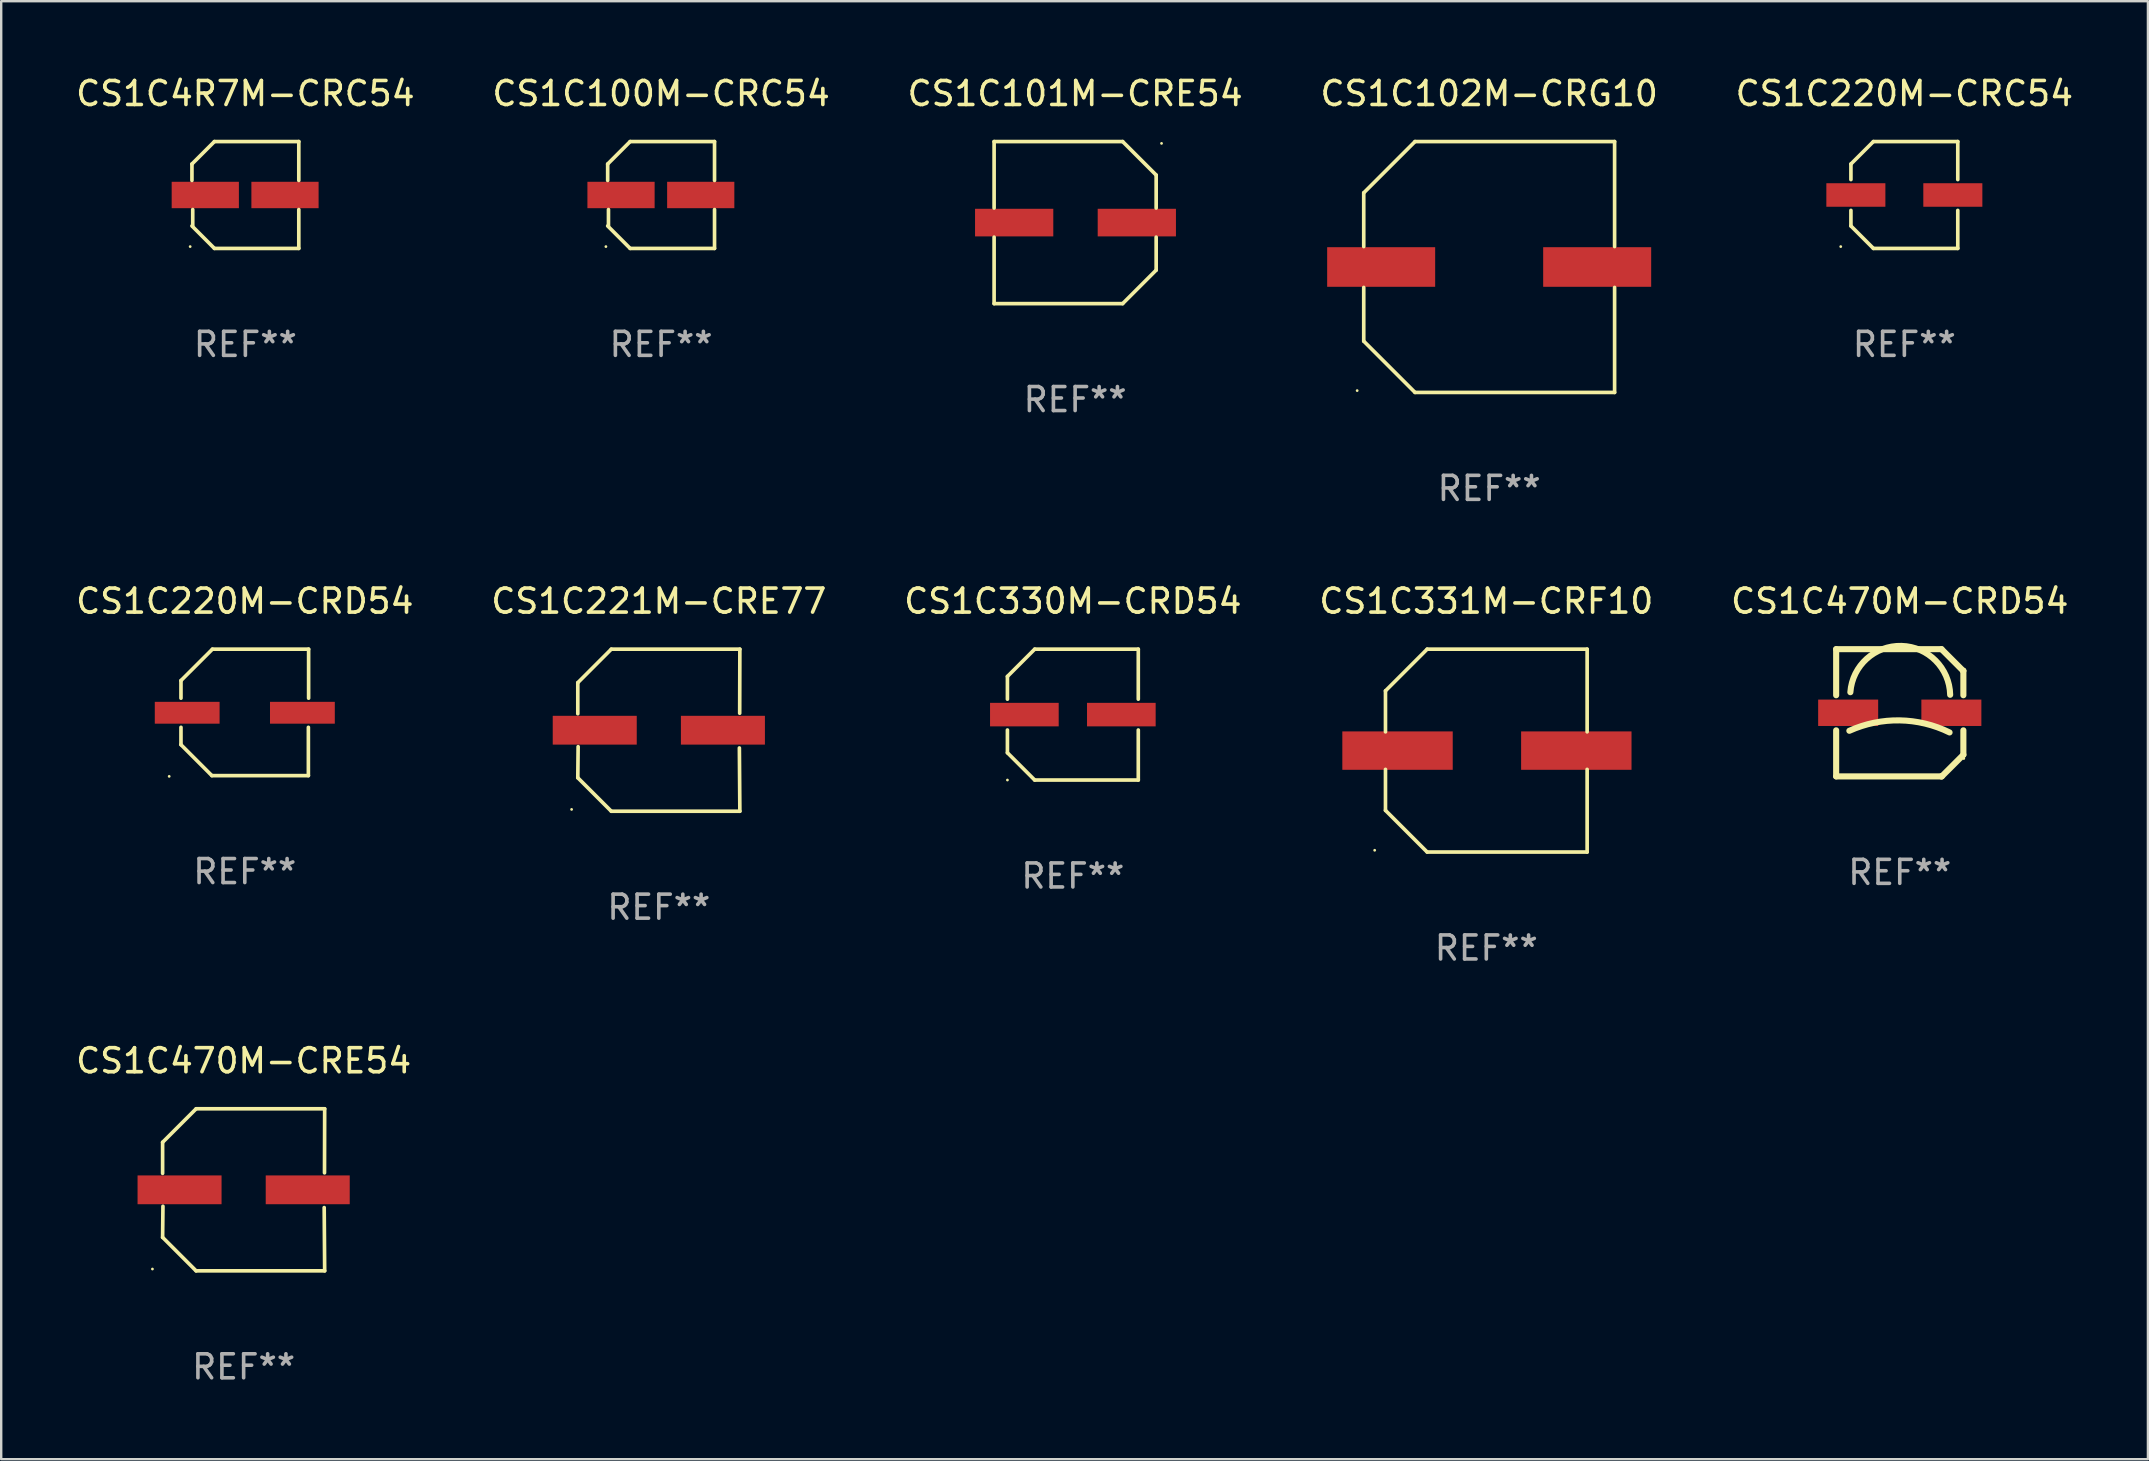
<source format=kicad_pcb>
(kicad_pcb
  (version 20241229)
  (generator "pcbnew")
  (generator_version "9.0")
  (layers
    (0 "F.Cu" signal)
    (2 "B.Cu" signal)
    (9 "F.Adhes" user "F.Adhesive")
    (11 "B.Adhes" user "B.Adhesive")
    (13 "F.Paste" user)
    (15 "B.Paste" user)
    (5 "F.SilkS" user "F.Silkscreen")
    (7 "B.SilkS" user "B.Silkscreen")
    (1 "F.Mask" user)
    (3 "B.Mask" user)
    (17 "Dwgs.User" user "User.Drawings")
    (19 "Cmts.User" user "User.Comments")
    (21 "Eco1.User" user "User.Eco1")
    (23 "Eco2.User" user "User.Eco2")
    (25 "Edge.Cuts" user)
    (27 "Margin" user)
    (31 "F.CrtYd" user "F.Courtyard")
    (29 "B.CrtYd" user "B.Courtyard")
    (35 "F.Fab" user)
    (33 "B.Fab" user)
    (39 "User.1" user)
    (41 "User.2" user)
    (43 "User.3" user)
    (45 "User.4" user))
  (footprint "CS1C331M-CRF10"
    (layer "F.Cu")
    (at 58.875 28.223)
    (property "Reference" "CS1C331M-CRF10" (at 0 -6.226 0) (layer "F.SilkS") (effects (font (size 1 1) (thickness 0.15))))
    (attr through_hole)
    (fp_line (start -4.201 -2.49) (end -4.201 -0.782) (stroke (width 0.152) (type solid)) (layer "F.SilkS"))
    (fp_line (start -4.201 2.49) (end -4.201 0.782) (stroke (width 0.152) (type solid)) (layer "F.SilkS"))
    (fp_line (start -2.465 -4.226) (end -4.201 -2.49) (stroke (width 0.152) (type solid)) (layer "F.SilkS"))
    (fp_line (start -2.465 4.226) (end -4.201 2.49) (stroke (width 0.152) (type solid)) (layer "F.SilkS"))
    (fp_line (start 4.201 -4.226) (end -2.465 -4.226) (stroke (width 0.152) (type solid)) (layer "F.SilkS"))
    (fp_line (start 4.201 -0.782) (end 4.201 -4.226) (stroke (width 0.152) (type solid)) (layer "F.SilkS"))
    (fp_line (start 4.201 0.782) (end 4.201 4.226) (stroke (width 0.152) (type solid)) (layer "F.SilkS"))
    (fp_line (start 4.201 4.226) (end -2.465 4.226) (stroke (width 0.152) (type solid)) (layer "F.SilkS"))
    (fp_circle (center -4.651 4.152) (end -4.621 4.152) (stroke (width 0.06) (type solid)) (fill no) (layer "F.SilkS"))
    (fp_text user "REF**" (at 0 8.226 0) (layer "F.Fab") (effects (font (size 1 1) (thickness 0.15))))
    (pad "1" smd rect (at -3.699 0) (size 4.6 1.6) (layers "F.Cu" "F.Mask" "F.Paste"))
    (pad "2" smd rect (at 3.75 0) (size 4.6 1.6) (layers "F.Cu" "F.Mask" "F.Paste")))
  (footprint "CS1C101M-CRE54"
    (layer "F.Cu")
    (at 41.744 6.224)
    (property "Reference" "CS1C101M-CRE54" (at 0 -5.376 0) (layer "F.SilkS") (effects (font (size 1 1) (thickness 0.15))))
    (attr through_hole)
    (fp_line (start -3.376 -3.376) (end 1.98 -3.376) (stroke (width 0.152) (type solid)) (layer "F.SilkS"))
    (fp_line (start -3.376 -0.607) (end -3.376 -3.376) (stroke (width 0.152) (type solid)) (layer "F.SilkS"))
    (fp_line (start -3.376 0.607) (end -3.376 3.376) (stroke (width 0.152) (type solid)) (layer "F.SilkS"))
    (fp_line (start -3.376 3.376) (end 1.98 3.376) (stroke (width 0.152) (type solid)) (layer "F.SilkS"))
    (fp_line (start 1.98 -3.376) (end 3.376 -1.98) (stroke (width 0.152) (type solid)) (layer "F.SilkS"))
    (fp_line (start 1.98 3.376) (end 3.376 1.98) (stroke (width 0.152) (type solid)) (layer "F.SilkS"))
    (fp_line (start 3.376 -1.98) (end 3.376 -0.607) (stroke (width 0.152) (type solid)) (layer "F.SilkS"))
    (fp_line (start 3.376 1.98) (end 3.376 0.607) (stroke (width 0.152) (type solid)) (layer "F.SilkS"))
    (fp_circle (center 3.6 -3.3) (end 3.63 -3.3) (stroke (width 0.06) (type solid)) (fill no) (layer "F.SilkS"))
    (fp_text user "REF**" (at 0 7.376 0) (layer "F.Fab") (effects (font (size 1 1) (thickness 0.15))))
    (pad "1" smd rect (at 2.57 0 180) (size 3.26 1.15) (layers "F.Cu" "F.Mask" "F.Paste"))
    (pad "2" smd rect (at -2.54 0 180) (size 3.26 1.15) (layers "F.Cu" "F.Mask" "F.Paste")))
  (footprint "CS1C330M-CRD54"
    (layer "F.Cu")
    (at 41.649 26.723)
    (property "Reference" "CS1C330M-CRD54" (at 0 -4.726 0) (layer "F.SilkS") (effects (font (size 1 1) (thickness 0.15))))
    (attr through_hole)
    (fp_line (start -2.726 -1.59) (end -1.59 -2.726) (stroke (width 0.152) (type solid)) (layer "F.SilkS"))
    (fp_line (start -2.726 -0.642) (end -2.726 -1.59) (stroke (width 0.152) (type solid)) (layer "F.SilkS"))
    (fp_line (start -2.726 0.642) (end -2.726 1.59) (stroke (width 0.152) (type solid)) (layer "F.SilkS"))
    (fp_line (start -2.726 1.59) (end -1.59 2.726) (stroke (width 0.152) (type solid)) (layer "F.SilkS"))
    (fp_line (start -1.59 -2.726) (end 2.726 -2.726) (stroke (width 0.152) (type solid)) (layer "F.SilkS"))
    (fp_line (start -1.59 2.726) (end 2.726 2.726) (stroke (width 0.152) (type solid)) (layer "F.SilkS"))
    (fp_line (start 2.726 -2.726) (end 2.726 -0.642) (stroke (width 0.152) (type solid)) (layer "F.SilkS"))
    (fp_line (start 2.726 2.726) (end 2.726 0.642) (stroke (width 0.152) (type solid)) (layer "F.SilkS"))
    (fp_circle (center -2.726 2.726) (end -2.696 2.726) (stroke (width 0.06) (type solid)) (fill no) (layer "F.SilkS"))
    (fp_text user "REF**" (at 0 6.726 0) (layer "F.Fab") (effects (font (size 1 1) (thickness 0.15))))
    (pad "1" smd rect (at -2.02 -0.000013) (size 2.86 0.98) (layers "F.Cu" "F.Mask" "F.Paste"))
    (pad "2" smd rect (at 2.02 -0.000013) (size 2.86 0.98) (layers "F.Cu" "F.Mask" "F.Paste")))
  (footprint "CS1C4R7M-CRC54"
    (layer "F.Cu")
    (at 7.173 5.074)
    (property "Reference" "CS1C4R7M-CRC54" (at 0 -4.226 0) (layer "F.SilkS") (effects (font (size 1 1) (thickness 0.15))))
    (attr through_hole)
    (fp_line (start -2.226 -1.29) (end -2.226 -0.607) (stroke (width 0.152) (type solid)) (layer "F.SilkS"))
    (fp_line (start -2.193 1.29) (end -2.193 0.607) (stroke (width 0.152) (type solid)) (layer "F.SilkS"))
    (fp_line (start -1.29 2.226) (end -2.226 1.29) (stroke (width 0.152) (type solid)) (layer "F.SilkS"))
    (fp_line (start -1.29 -2.226) (end -2.226 -1.29) (stroke (width 0.152) (type solid)) (layer "F.SilkS"))
    (fp_line (start 2.226 -2.226) (end -1.29 -2.226) (stroke (width 0.152) (type solid)) (layer "F.SilkS"))
    (fp_line (start 2.226 -0.607) (end 2.226 -2.226) (stroke (width 0.152) (type solid)) (layer "F.SilkS"))
    (fp_line (start 2.226 0.607) (end 2.226 2.226) (stroke (width 0.152) (type solid)) (layer "F.SilkS"))
    (fp_line (start 2.226 2.226) (end -1.29 2.226) (stroke (width 0.152) (type solid)) (layer "F.SilkS"))
    (fp_circle (center -2.3 2.15) (end -2.27 2.15) (stroke (width 0.06) (type solid)) (fill no) (layer "F.SilkS"))
    (fp_text user "REF**" (at 0 6.226 0) (layer "F.Fab") (effects (font (size 1 1) (thickness 0.15))))
    (pad "1" smd rect (at -1.67 -0.000025) (size 2.8 1.1) (layers "F.Cu" "F.Mask" "F.Paste"))
    (pad "2" smd rect (at 1.651 -0.000025) (size 2.8 1.1) (layers "F.Cu" "F.Mask" "F.Paste")))
  (footprint "CS1C221M-CRE77"
    (layer "F.Cu")
    (at 24.399 27.373)
    (property "Reference" "CS1C221M-CRE77" (at 0 -5.376 0) (layer "F.SilkS") (effects (font (size 1 1) (thickness 0.15))))
    (attr through_hole)
    (fp_line (start -3.376 -1.98) (end -3.376 -0.686) (stroke (width 0.152) (type solid)) (layer "F.SilkS"))
    (fp_line (start -3.376 1.981) (end -3.362 0.686) (stroke (width 0.152) (type solid)) (layer "F.SilkS"))
    (fp_line (start -1.981 3.376) (end -3.376 1.981) (stroke (width 0.152) (type solid)) (layer "F.SilkS"))
    (fp_line (start -1.98 -3.376) (end -3.376 -1.98) (stroke (width 0.152) (type solid)) (layer "F.SilkS"))
    (fp_line (start 3.356 0.74) (end 3.376 3.376) (stroke (width 0.152) (type solid)) (layer "F.SilkS"))
    (fp_line (start 3.369 -0.707) (end 3.376 -3.376) (stroke (width 0.152) (type solid)) (layer "F.SilkS"))
    (fp_line (start 3.376 3.376) (end -1.981 3.376) (stroke (width 0.152) (type solid)) (layer "F.SilkS"))
    (fp_line (start 3.376 -3.376) (end -1.98 -3.376) (stroke (width 0.152) (type solid)) (layer "F.SilkS"))
    (fp_circle (center -3.634 3.3) (end -3.604 3.3) (stroke (width 0.06) (type solid)) (fill no) (layer "F.SilkS"))
    (fp_text user "REF**" (at 0 7.376 0) (layer "F.Fab") (effects (font (size 1 1) (thickness 0.15))))
    (pad "1" smd rect (at -2.67 0.000254) (size 3.5 1.2) (layers "F.Cu" "F.Mask" "F.Paste"))
    (pad "2" smd rect (at 2.67 0.000254) (size 3.5 1.2) (layers "F.Cu" "F.Mask" "F.Paste")))
  (footprint "CS1C220M-CRC54"
    (layer "F.Cu")
    (at 76.292 5.074)
    (property "Reference" "CS1C220M-CRC54" (at 0 -4.226 0) (layer "F.SilkS") (effects (font (size 1 1) (thickness 0.15))))
    (attr through_hole)
    (fp_line (start -2.226 -1.29) (end -1.29 -2.226) (stroke (width 0.152) (type solid)) (layer "F.SilkS"))
    (fp_line (start -2.226 -0.642) (end -2.226 -1.29) (stroke (width 0.152) (type solid)) (layer "F.SilkS"))
    (fp_line (start -2.226 0.642) (end -2.226 1.29) (stroke (width 0.152) (type solid)) (layer "F.SilkS"))
    (fp_line (start -2.226 1.29) (end -1.29 2.226) (stroke (width 0.152) (type solid)) (layer "F.SilkS"))
    (fp_line (start -1.29 -2.226) (end 2.226 -2.226) (stroke (width 0.152) (type solid)) (layer "F.SilkS"))
    (fp_line (start -1.29 2.226) (end 2.226 2.226) (stroke (width 0.152) (type solid)) (layer "F.SilkS"))
    (fp_line (start 2.226 -2.226) (end 2.226 -0.642) (stroke (width 0.152) (type solid)) (layer "F.SilkS"))
    (fp_line (start 2.226 2.226) (end 2.226 0.642) (stroke (width 0.152) (type solid)) (layer "F.SilkS"))
    (fp_circle (center -2.65 2.15) (end -2.62 2.15) (stroke (width 0.06) (type solid)) (fill no) (layer "F.SilkS"))
    (fp_text user "REF**" (at 0 6.226 0) (layer "F.Fab") (effects (font (size 1 1) (thickness 0.15))))
    (pad "1" smd rect (at -2.02 -0.000013) (size 2.46 0.98) (layers "F.Cu" "F.Mask" "F.Paste"))
    (pad "2" smd rect (at 2.02 -0.000013) (size 2.46 0.98) (layers "F.Cu" "F.Mask" "F.Paste")))
  (footprint "CS1C220M-CRD54"
    (layer "F.Cu")
    (at 7.149 26.631)
    (property "Reference" "CS1C220M-CRD54" (at 0 -4.634 0) (layer "F.SilkS") (effects (font (size 1 1) (thickness 0.15))))
    (attr through_hole)
    (fp_line (start -2.659 -1.326) (end -2.659 -0.592) (stroke (width 0.152) (type solid)) (layer "F.SilkS"))
    (fp_line (start -2.659 1.346) (end -2.659 0.622) (stroke (width 0.152) (type solid)) (layer "F.SilkS"))
    (fp_line (start -1.372 2.634) (end -2.659 1.346) (stroke (width 0.152) (type solid)) (layer "F.SilkS"))
    (fp_line (start -1.349 -2.634) (end -2.659 -1.326) (stroke (width 0.152) (type solid)) (layer "F.SilkS"))
    (fp_line (start 2.649 0.622) (end 2.649 2.634) (stroke (width 0.152) (type solid)) (layer "F.SilkS"))
    (fp_line (start 2.649 2.634) (end -1.372 2.634) (stroke (width 0.152) (type solid)) (layer "F.SilkS"))
    (fp_line (start 2.659 -2.634) (end -1.349 -2.634) (stroke (width 0.152) (type solid)) (layer "F.SilkS"))
    (fp_line (start 2.659 -0.592) (end 2.659 -2.634) (stroke (width 0.152) (type solid)) (layer "F.SilkS"))
    (fp_circle (center -3.15 2.665) (end -3.12 2.665) (stroke (width 0.06) (type solid)) (fill no) (layer "F.SilkS"))
    (fp_text user "REF**" (at 0 6.634 0) (layer "F.Fab") (effects (font (size 1 1) (thickness 0.15))))
    (pad "1" smd rect (at -2.4 0.015) (size 2.7 0.91) (layers "F.Cu" "F.Mask" "F.Paste"))
    (pad "2" smd rect (at 2.4 0.015) (size 2.7 0.91) (layers "F.Cu" "F.Mask" "F.Paste")))
  (footprint "CS1C470M-CRE54"
    (layer "F.Cu")
    (at 7.101 46.522)
    (property "Reference" "CS1C470M-CRE54" (at 0 -5.376 0) (layer "F.SilkS") (effects (font (size 1 1) (thickness 0.15))))
    (attr through_hole)
    (fp_line (start -3.376 -1.98) (end -3.376 -0.686) (stroke (width 0.152) (type solid)) (layer "F.SilkS"))
    (fp_line (start -3.376 1.981) (end -3.362 0.686) (stroke (width 0.152) (type solid)) (layer "F.SilkS"))
    (fp_line (start -1.981 3.376) (end -3.376 1.981) (stroke (width 0.152) (type solid)) (layer "F.SilkS"))
    (fp_line (start -1.98 -3.376) (end -3.376 -1.98) (stroke (width 0.152) (type solid)) (layer "F.SilkS"))
    (fp_line (start 3.356 0.74) (end 3.376 3.376) (stroke (width 0.152) (type solid)) (layer "F.SilkS"))
    (fp_line (start 3.369 -0.707) (end 3.376 -3.376) (stroke (width 0.152) (type solid)) (layer "F.SilkS"))
    (fp_line (start 3.376 3.376) (end -1.981 3.376) (stroke (width 0.152) (type solid)) (layer "F.SilkS"))
    (fp_line (start 3.376 -3.376) (end -1.98 -3.376) (stroke (width 0.152) (type solid)) (layer "F.SilkS"))
    (fp_circle (center -3.8 3.3) (end -3.77 3.3) (stroke (width 0.06) (type solid)) (fill no) (layer "F.SilkS"))
    (fp_text user "REF**" (at 0 7.376 0) (layer "F.Fab") (effects (font (size 1 1) (thickness 0.15))))
    (pad "1" smd rect (at -2.67 0.000203) (size 3.5 1.2) (layers "F.Cu" "F.Mask" "F.Paste"))
    (pad "2" smd rect (at 2.67 0.000203) (size 3.5 1.2) (layers "F.Cu" "F.Mask" "F.Paste")))
  (footprint "CS1C470M-CRD54"
    (layer "F.Cu")
    (at 76.101 26.647)
    (property "Reference" "CS1C470M-CRD54" (at 0 -4.65 0) (layer "F.SilkS") (effects (font (size 1 1) (thickness 0.15))))
    (attr through_hole)
    (fp_line (start -2.65 -2.65) (end 1.74 -2.65) (stroke (width 0.254) (type solid)) (layer "F.SilkS"))
    (fp_line (start -2.65 -0.731) (end -2.65 -2.65) (stroke (width 0.254) (type solid)) (layer "F.SilkS"))
    (fp_line (start -2.65 2.65) (end -2.65 0.731) (stroke (width 0.254) (type solid)) (layer "F.SilkS"))
    (fp_line (start -2.65 2.65) (end 1.73 2.65) (stroke (width 0.254) (type solid)) (layer "F.SilkS"))
    (fp_line (start 1.73 2.65) (end 1.75 2.65) (stroke (width 0.254) (type solid)) (layer "F.SilkS"))
    (fp_line (start 1.75 2.65) (end 2.65 1.75) (stroke (width 0.254) (type solid)) (layer "F.SilkS"))
    (fp_line (start 2.64 -1.75) (end 1.74 -2.65) (stroke (width 0.254) (type solid)) (layer "F.SilkS"))
    (fp_line (start 2.65 -1.75) (end 2.64 -1.75) (stroke (width 0.254) (type solid)) (layer "F.SilkS"))
    (fp_line (start 2.65 -0.731) (end 2.65 -1.75) (stroke (width 0.254) (type solid)) (layer "F.SilkS"))
    (fp_line (start 2.65 1.75) (end 2.65 0.731) (stroke (width 0.254) (type solid)) (layer "F.SilkS"))
    (fp_arc (start -2.1 0.749886) (mid -0.005214 0.316693) (end 2.074168 0.818644) (stroke (width 0.254001) (type solid)) (layer "F.SilkS"))
    (fp_arc (start -2.058369 -0.857759) (mid 0.072137 -2.78601) (end 2.1 -0.750089) (stroke (width 0.254001) (type solid)) (layer "F.SilkS"))
    (fp_circle (center 2.667 1.905) (end 2.697 1.905) (stroke (width 0.06) (type solid)) (fill no) (layer "F.SilkS"))
    (fp_text user "REF**" (at 0 6.65 0) (layer "F.Fab") (effects (font (size 1 1) (thickness 0.15))))
    (pad "1" smd rect (at 2.15 0) (size 2.5 1.1) (layers "F.Cu" "F.Mask" "F.Paste"))
    (pad "2" smd rect (at -2.15 0) (size 2.5 1.1) (layers "F.Cu" "F.Mask" "F.Paste")))
  (footprint "CS1C102M-CRG10"
    (layer "F.Cu")
    (at 58.994 8.074)
    (property "Reference" "CS1C102M-CRG10" (at 0 -7.226 0) (layer "F.SilkS") (effects (font (size 1 1) (thickness 0.15))))
    (attr through_hole)
    (fp_line (start -5.226 -3.09) (end -5.226 -0.852) (stroke (width 0.152) (type solid)) (layer "F.SilkS"))
    (fp_line (start -5.226 3.09) (end -5.226 0.852) (stroke (width 0.152) (type solid)) (layer "F.SilkS"))
    (fp_line (start -3.09 -5.226) (end -5.226 -3.09) (stroke (width 0.152) (type solid)) (layer "F.SilkS"))
    (fp_line (start -3.09 5.226) (end -5.226 3.09) (stroke (width 0.152) (type solid)) (layer "F.SilkS"))
    (fp_line (start 5.226 -5.226) (end -3.09 -5.226) (stroke (width 0.152) (type solid)) (layer "F.SilkS"))
    (fp_line (start 5.226 -0.852) (end 5.226 -5.226) (stroke (width 0.152) (type solid)) (layer "F.SilkS"))
    (fp_line (start 5.226 0.852) (end 5.226 5.226) (stroke (width 0.152) (type solid)) (layer "F.SilkS"))
    (fp_line (start 5.226 5.226) (end -3.09 5.226) (stroke (width 0.152) (type solid)) (layer "F.SilkS"))
    (fp_circle (center -5.5 5.15) (end -5.47 5.15) (stroke (width 0.06) (type solid)) (fill no) (layer "F.SilkS"))
    (fp_text user "REF**" (at 0 9.226 0) (layer "F.Fab") (effects (font (size 1 1) (thickness 0.15))))
    (pad "1" smd rect (at -4.5 -0.000025) (size 4.5 1.65) (layers "F.Cu" "F.Mask" "F.Paste"))
    (pad "2" smd rect (at 4.5 -0.000025) (size 4.5 1.65) (layers "F.Cu" "F.Mask" "F.Paste")))
  (footprint "CS1C100M-CRC54"
    (layer "F.Cu")
    (at 24.494 5.074)
    (property "Reference" "CS1C100M-CRC54" (at 0 -4.226 0) (layer "F.SilkS") (effects (font (size 1 1) (thickness 0.15))))
    (attr through_hole)
    (fp_line (start -2.226 -1.29) (end -2.226 -0.607) (stroke (width 0.152) (type solid)) (layer "F.SilkS"))
    (fp_line (start -2.193 1.29) (end -2.193 0.607) (stroke (width 0.152) (type solid)) (layer "F.SilkS"))
    (fp_line (start -1.29 2.226) (end -2.226 1.29) (stroke (width 0.152) (type solid)) (layer "F.SilkS"))
    (fp_line (start -1.29 -2.226) (end -2.226 -1.29) (stroke (width 0.152) (type solid)) (layer "F.SilkS"))
    (fp_line (start 2.226 -2.226) (end -1.29 -2.226) (stroke (width 0.152) (type solid)) (layer "F.SilkS"))
    (fp_line (start 2.226 -0.607) (end 2.226 -2.226) (stroke (width 0.152) (type solid)) (layer "F.SilkS"))
    (fp_line (start 2.226 0.607) (end 2.226 2.226) (stroke (width 0.152) (type solid)) (layer "F.SilkS"))
    (fp_line (start 2.226 2.226) (end -1.29 2.226) (stroke (width 0.152) (type solid)) (layer "F.SilkS"))
    (fp_circle (center -2.3 2.15) (end -2.27 2.15) (stroke (width 0.06) (type solid)) (fill no) (layer "F.SilkS"))
    (fp_text user "REF**" (at 0 6.226 0) (layer "F.Fab") (effects (font (size 1 1) (thickness 0.15))))
    (pad "1" smd rect (at -1.67 -0.000025) (size 2.8 1.1) (layers "F.Cu" "F.Mask" "F.Paste"))
    (pad "2" smd rect (at 1.651 -0.000025) (size 2.8 1.1) (layers "F.Cu" "F.Mask" "F.Paste")))
  (gr_rect
    (start -3 -3)
    (end 86.44 57.746)
    (stroke (width 0.1) (type default))
    (fill no)
    (layer "Edge.Cuts")))
</source>
